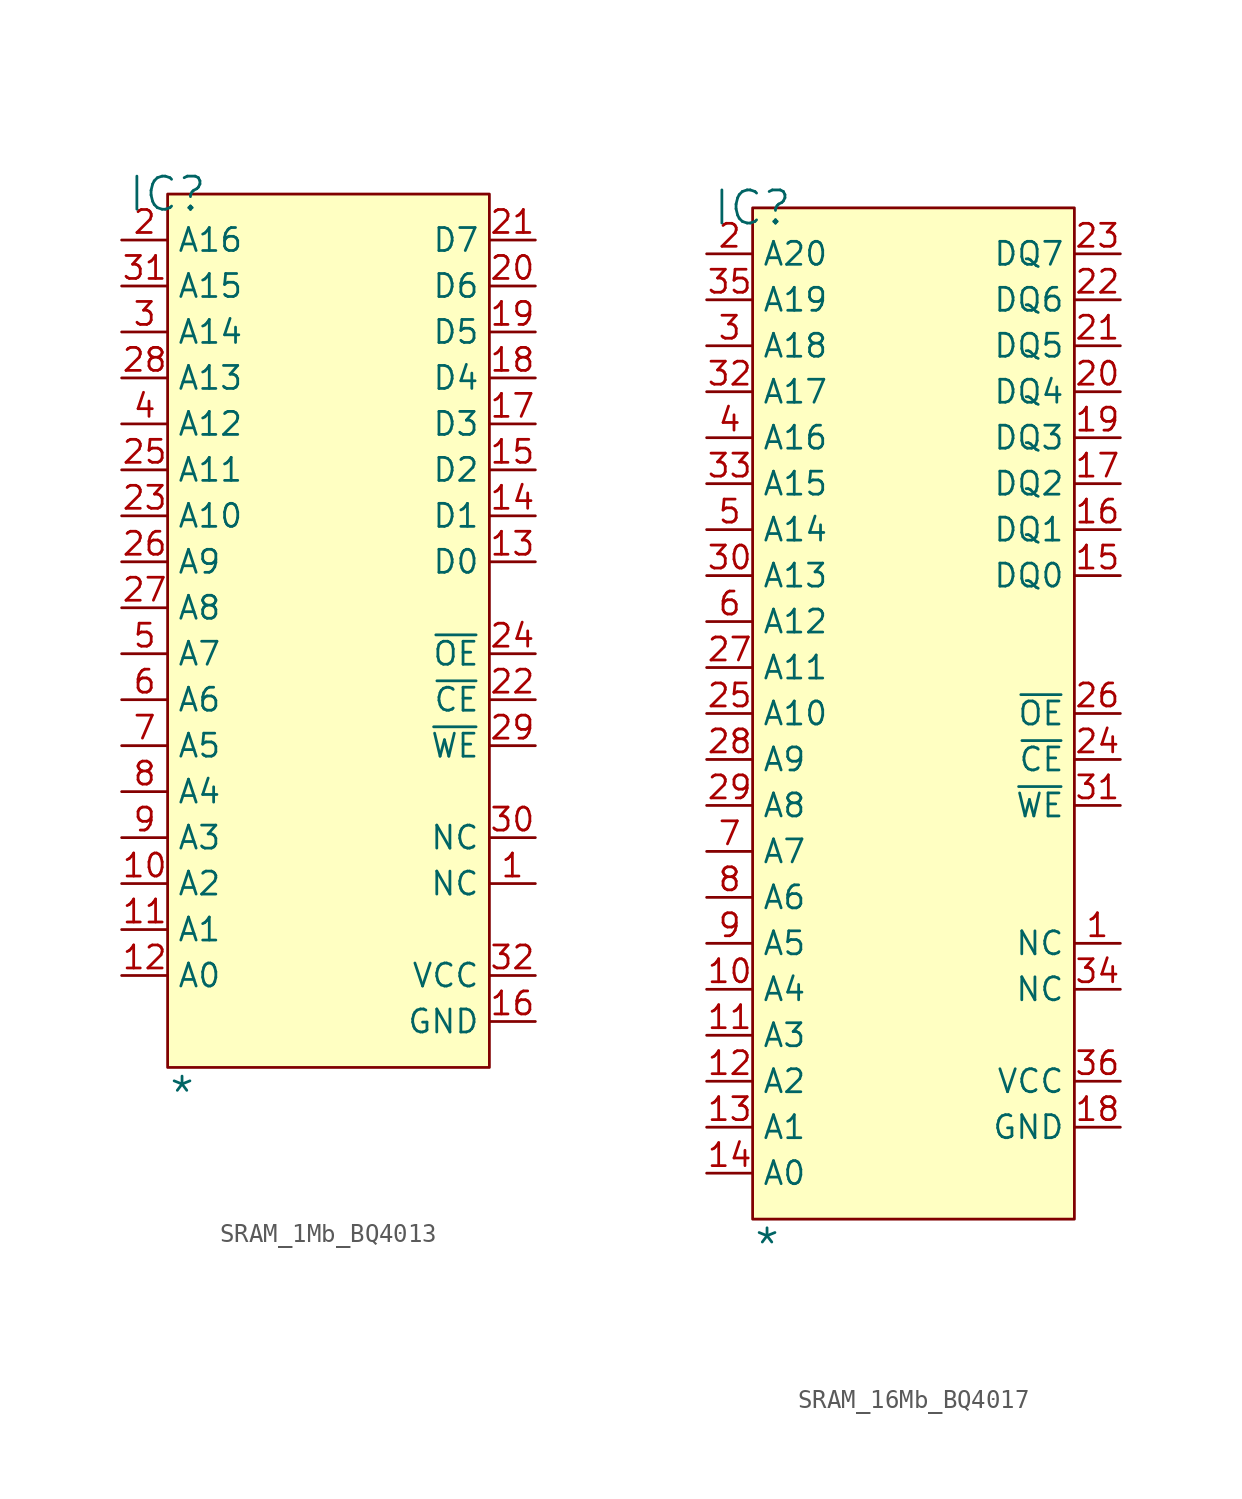
<source format=kicad_sym>
(kicad_symbol_lib
  (version 20241209)
  (generator "kicad_symbol_editor")
  (generator_version "9.0")
  (symbol "SRAM_1Mb_BQ4013"
    (property "Reference" "IC"
      (at 0 0 0)
      (effects (font (size 1.829 1.829))))
    (property "Value" "*"
      (at 0 -50.8 0)
      (effects (font (size 1.829 1.829)) (justify left bottom)))
    (symbol "SRAM_1Mb_BQ4013_1_0"
      (rectangle (start 17.78 0) (end 0 -48.26) (stroke (width 0) (type solid) (color 128 0 0 1)) (fill (type background)))
      (pin passive line (at -2.54 -2.54 0) (length 2.54) (name "A16" (effects (font (size 1.27 1.27)))) (number "2" (effects (font (size 1.27 1.27)))))
      (pin passive line (at -2.54 -5.08 0) (length 2.54) (name "A15" (effects (font (size 1.27 1.27)))) (number "31" (effects (font (size 1.27 1.27)))))
      (pin passive line (at -2.54 -7.62 0) (length 2.54) (name "A14" (effects (font (size 1.27 1.27)))) (number "3" (effects (font (size 1.27 1.27)))))
      (pin passive line (at -2.54 -10.16 0) (length 2.54) (name "A13" (effects (font (size 1.27 1.27)))) (number "28" (effects (font (size 1.27 1.27)))))
      (pin passive line (at -2.54 -12.7 0) (length 2.54) (name "A12" (effects (font (size 1.27 1.27)))) (number "4" (effects (font (size 1.27 1.27)))))
      (pin passive line (at -2.54 -15.24 0) (length 2.54) (name "A11" (effects (font (size 1.27 1.27)))) (number "25" (effects (font (size 1.27 1.27)))))
      (pin passive line (at -2.54 -17.78 0) (length 2.54) (name "A10" (effects (font (size 1.27 1.27)))) (number "23" (effects (font (size 1.27 1.27)))))
      (pin passive line (at -2.54 -20.32 0) (length 2.54) (name "A9" (effects (font (size 1.27 1.27)))) (number "26" (effects (font (size 1.27 1.27)))))
      (pin passive line (at -2.54 -22.86 0) (length 2.54) (name "A8" (effects (font (size 1.27 1.27)))) (number "27" (effects (font (size 1.27 1.27)))))
      (pin passive line (at -2.54 -25.4 0) (length 2.54) (name "A7" (effects (font (size 1.27 1.27)))) (number "5" (effects (font (size 1.27 1.27)))))
      (pin passive line (at -2.54 -27.94 0) (length 2.54) (name "A6" (effects (font (size 1.27 1.27)))) (number "6" (effects (font (size 1.27 1.27)))))
      (pin passive line (at -2.54 -30.48 0) (length 2.54) (name "A5" (effects (font (size 1.27 1.27)))) (number "7" (effects (font (size 1.27 1.27)))))
      (pin passive line (at -2.54 -33.02 0) (length 2.54) (name "A4" (effects (font (size 1.27 1.27)))) (number "8" (effects (font (size 1.27 1.27)))))
      (pin passive line (at -2.54 -35.56 0) (length 2.54) (name "A3" (effects (font (size 1.27 1.27)))) (number "9" (effects (font (size 1.27 1.27)))))
      (pin passive line (at -2.54 -38.1 0) (length 2.54) (name "A2" (effects (font (size 1.27 1.27)))) (number "10" (effects (font (size 1.27 1.27)))))
      (pin passive line (at -2.54 -40.64 0) (length 2.54) (name "A1" (effects (font (size 1.27 1.27)))) (number "11" (effects (font (size 1.27 1.27)))))
      (pin passive line (at -2.54 -43.18 0) (length 2.54) (name "A0" (effects (font (size 1.27 1.27)))) (number "12" (effects (font (size 1.27 1.27)))))
      (pin passive line (at 20.32 -2.54 180) (length 2.54) (name "D7" (effects (font (size 1.27 1.27)))) (number "21" (effects (font (size 1.27 1.27)))))
      (pin passive line (at 20.32 -5.08 180) (length 2.54) (name "D6" (effects (font (size 1.27 1.27)))) (number "20" (effects (font (size 1.27 1.27)))))
      (pin passive line (at 20.32 -7.62 180) (length 2.54) (name "D5" (effects (font (size 1.27 1.27)))) (number "19" (effects (font (size 1.27 1.27)))))
      (pin passive line (at 20.32 -10.16 180) (length 2.54) (name "D4" (effects (font (size 1.27 1.27)))) (number "18" (effects (font (size 1.27 1.27)))))
      (pin passive line (at 20.32 -12.7 180) (length 2.54) (name "D3" (effects (font (size 1.27 1.27)))) (number "17" (effects (font (size 1.27 1.27)))))
      (pin passive line (at 20.32 -15.24 180) (length 2.54) (name "D2" (effects (font (size 1.27 1.27)))) (number "15" (effects (font (size 1.27 1.27)))))
      (pin passive line (at 20.32 -17.78 180) (length 2.54) (name "D1" (effects (font (size 1.27 1.27)))) (number "14" (effects (font (size 1.27 1.27)))))
      (pin passive line (at 20.32 -20.32 180) (length 2.54) (name "D0" (effects (font (size 1.27 1.27)))) (number "13" (effects (font (size 1.27 1.27)))))
      (pin passive line (at 20.32 -25.4 180) (length 2.54) (name "~{OE}" (effects (font (size 1.27 1.27)))) (number "24" (effects (font (size 1.27 1.27)))))
      (pin passive line (at 20.32 -27.94 180) (length 2.54) (name "~{CE}" (effects (font (size 1.27 1.27)))) (number "22" (effects (font (size 1.27 1.27)))))
      (pin passive line (at 20.32 -30.48 180) (length 2.54) (name "~{WE}" (effects (font (size 1.27 1.27)))) (number "29" (effects (font (size 1.27 1.27)))))
      (pin passive line (at 20.32 -35.56 180) (length 2.54) (name "NC" (effects (font (size 1.27 1.27)))) (number "30" (effects (font (size 1.27 1.27)))))
      (pin passive line (at 20.32 -38.1 180) (length 2.54) (name "NC" (effects (font (size 1.27 1.27)))) (number "1" (effects (font (size 1.27 1.27)))))
      (pin passive line (at 20.32 -43.18 180) (length 2.54) (name "VCC" (effects (font (size 1.27 1.27)))) (number "32" (effects (font (size 1.27 1.27)))))
      (pin passive line (at 20.32 -45.72 180) (length 2.54) (name "GND" (effects (font (size 1.27 1.27)))) (number "16" (effects (font (size 1.27 1.27)))))))
  (symbol "SRAM_16Mb_BQ4017"
    (property "Reference" "IC"
      (at 0 0 0)
      (effects (font (size 1.829 1.829))))
    (property "Value" "*"
      (at 0 -58.42 0)
      (effects (font (size 1.829 1.829)) (justify left bottom)))
    (symbol "SRAM_16Mb_BQ4017_1_0"
      (rectangle (start 17.78 0) (end 0 -55.88) (stroke (width 0) (type solid) (color 128 0 0 1)) (fill (type background)))
      (pin passive line (at -2.54 -2.54 0) (length 2.54) (name "A20" (effects (font (size 1.27 1.27)))) (number "2" (effects (font (size 1.27 1.27)))))
      (pin passive line (at -2.54 -5.08 0) (length 2.54) (name "A19" (effects (font (size 1.27 1.27)))) (number "35" (effects (font (size 1.27 1.27)))))
      (pin passive line (at -2.54 -7.62 0) (length 2.54) (name "A18" (effects (font (size 1.27 1.27)))) (number "3" (effects (font (size 1.27 1.27)))))
      (pin passive line (at -2.54 -10.16 0) (length 2.54) (name "A17" (effects (font (size 1.27 1.27)))) (number "32" (effects (font (size 1.27 1.27)))))
      (pin passive line (at -2.54 -12.7 0) (length 2.54) (name "A16" (effects (font (size 1.27 1.27)))) (number "4" (effects (font (size 1.27 1.27)))))
      (pin passive line (at -2.54 -15.24 0) (length 2.54) (name "A15" (effects (font (size 1.27 1.27)))) (number "33" (effects (font (size 1.27 1.27)))))
      (pin passive line (at -2.54 -17.78 0) (length 2.54) (name "A14" (effects (font (size 1.27 1.27)))) (number "5" (effects (font (size 1.27 1.27)))))
      (pin passive line (at -2.54 -20.32 0) (length 2.54) (name "A13" (effects (font (size 1.27 1.27)))) (number "30" (effects (font (size 1.27 1.27)))))
      (pin passive line (at -2.54 -22.86 0) (length 2.54) (name "A12" (effects (font (size 1.27 1.27)))) (number "6" (effects (font (size 1.27 1.27)))))
      (pin passive line (at -2.54 -25.4 0) (length 2.54) (name "A11" (effects (font (size 1.27 1.27)))) (number "27" (effects (font (size 1.27 1.27)))))
      (pin passive line (at -2.54 -27.94 0) (length 2.54) (name "A10" (effects (font (size 1.27 1.27)))) (number "25" (effects (font (size 1.27 1.27)))))
      (pin passive line (at -2.54 -30.48 0) (length 2.54) (name "A9" (effects (font (size 1.27 1.27)))) (number "28" (effects (font (size 1.27 1.27)))))
      (pin passive line (at -2.54 -33.02 0) (length 2.54) (name "A8" (effects (font (size 1.27 1.27)))) (number "29" (effects (font (size 1.27 1.27)))))
      (pin passive line (at -2.54 -35.56 0) (length 2.54) (name "A7" (effects (font (size 1.27 1.27)))) (number "7" (effects (font (size 1.27 1.27)))))
      (pin passive line (at -2.54 -38.1 0) (length 2.54) (name "A6" (effects (font (size 1.27 1.27)))) (number "8" (effects (font (size 1.27 1.27)))))
      (pin passive line (at -2.54 -40.64 0) (length 2.54) (name "A5" (effects (font (size 1.27 1.27)))) (number "9" (effects (font (size 1.27 1.27)))))
      (pin passive line (at -2.54 -43.18 0) (length 2.54) (name "A4" (effects (font (size 1.27 1.27)))) (number "10" (effects (font (size 1.27 1.27)))))
      (pin passive line (at -2.54 -45.72 0) (length 2.54) (name "A3" (effects (font (size 1.27 1.27)))) (number "11" (effects (font (size 1.27 1.27)))))
      (pin passive line (at -2.54 -48.26 0) (length 2.54) (name "A2" (effects (font (size 1.27 1.27)))) (number "12" (effects (font (size 1.27 1.27)))))
      (pin passive line (at -2.54 -50.8 0) (length 2.54) (name "A1" (effects (font (size 1.27 1.27)))) (number "13" (effects (font (size 1.27 1.27)))))
      (pin passive line (at -2.54 -53.34 0) (length 2.54) (name "A0" (effects (font (size 1.27 1.27)))) (number "14" (effects (font (size 1.27 1.27)))))
      (pin passive line (at 20.32 -2.54 180) (length 2.54) (name "DQ7" (effects (font (size 1.27 1.27)))) (number "23" (effects (font (size 1.27 1.27)))))
      (pin passive line (at 20.32 -5.08 180) (length 2.54) (name "DQ6" (effects (font (size 1.27 1.27)))) (number "22" (effects (font (size 1.27 1.27)))))
      (pin passive line (at 20.32 -7.62 180) (length 2.54) (name "DQ5" (effects (font (size 1.27 1.27)))) (number "21" (effects (font (size 1.27 1.27)))))
      (pin passive line (at 20.32 -10.16 180) (length 2.54) (name "DQ4" (effects (font (size 1.27 1.27)))) (number "20" (effects (font (size 1.27 1.27)))))
      (pin passive line (at 20.32 -12.7 180) (length 2.54) (name "DQ3" (effects (font (size 1.27 1.27)))) (number "19" (effects (font (size 1.27 1.27)))))
      (pin passive line (at 20.32 -15.24 180) (length 2.54) (name "DQ2" (effects (font (size 1.27 1.27)))) (number "17" (effects (font (size 1.27 1.27)))))
      (pin passive line (at 20.32 -17.78 180) (length 2.54) (name "DQ1" (effects (font (size 1.27 1.27)))) (number "16" (effects (font (size 1.27 1.27)))))
      (pin passive line (at 20.32 -20.32 180) (length 2.54) (name "DQ0" (effects (font (size 1.27 1.27)))) (number "15" (effects (font (size 1.27 1.27)))))
      (pin passive line (at 20.32 -27.94 180) (length 2.54) (name "~{OE}" (effects (font (size 1.27 1.27)))) (number "26" (effects (font (size 1.27 1.27)))))
      (pin passive line (at 20.32 -30.48 180) (length 2.54) (name "~{CE}" (effects (font (size 1.27 1.27)))) (number "24" (effects (font (size 1.27 1.27)))))
      (pin passive line (at 20.32 -33.02 180) (length 2.54) (name "~{WE}" (effects (font (size 1.27 1.27)))) (number "31" (effects (font (size 1.27 1.27)))))
      (pin passive line (at 20.32 -40.64 180) (length 2.54) (name "NC" (effects (font (size 1.27 1.27)))) (number "1" (effects (font (size 1.27 1.27)))))
      (pin passive line (at 20.32 -43.18 180) (length 2.54) (name "NC" (effects (font (size 1.27 1.27)))) (number "34" (effects (font (size 1.27 1.27)))))
      (pin passive line (at 20.32 -48.26 180) (length 2.54) (name "VCC" (effects (font (size 1.27 1.27)))) (number "36" (effects (font (size 1.27 1.27)))))
      (pin passive line (at 20.32 -50.8 180) (length 2.54) (name "GND" (effects (font (size 1.27 1.27)))) (number "18" (effects (font (size 1.27 1.27))))))))
</source>
